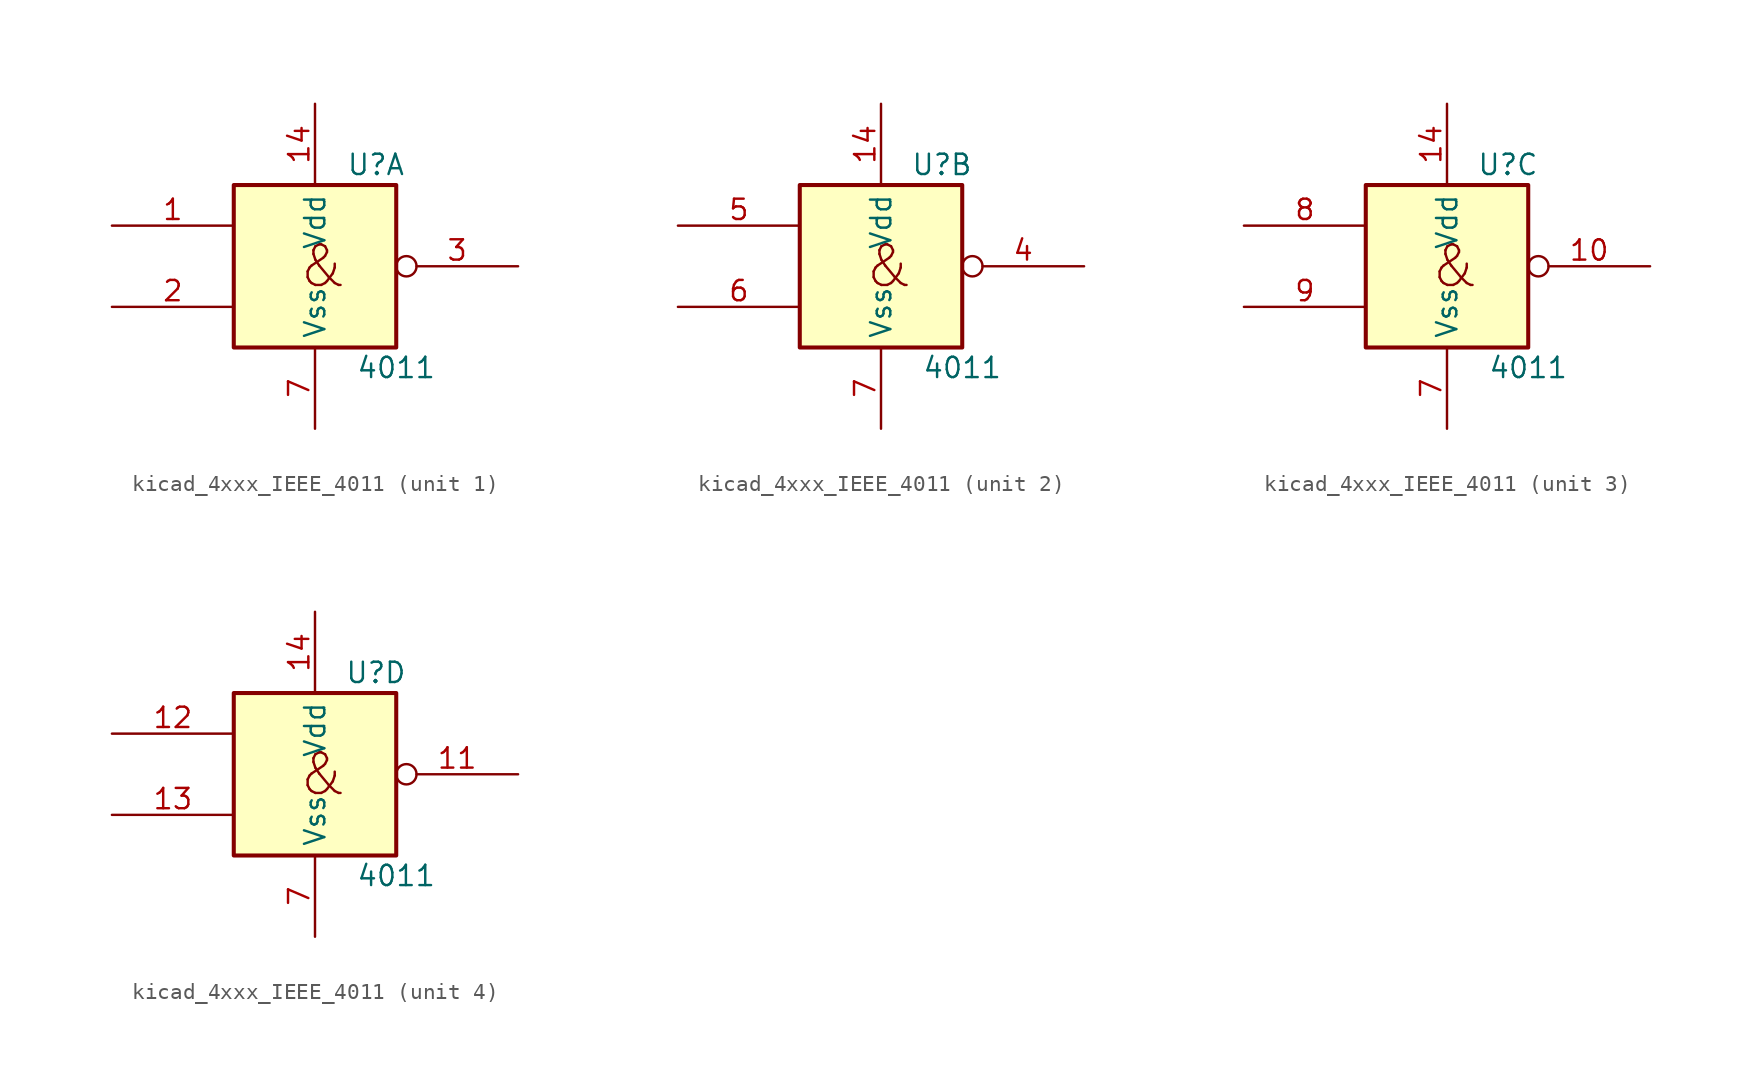
<source format=kicad_sym>
(kicad_symbol_lib
  (version 20220914)
  (generator kicad_symbol_editor)
  (symbol "kicad_4xxx_IEEE_4011"
    (property "Reference" "U"
      (at 3.81 6.35 0)
      (effects (font (size 1.27 1.27))))
    (property "Value" "4011"
      (at 5.08 -6.35 0)
      (effects (font (size 1.27 1.27))))
    (symbol "kicad_4xxx_IEEE_4011_0_0"
      (rectangle (start -5.08 5.08) (end 5.08 -5.08) (stroke (width 0.254) (type default)) (fill (type background)))
      (text "&" (at 0.508 0 0) (effects (font (size 2.54 2.54)))))
    (symbol "kicad_4xxx_IEEE_4011_0_1"
      (pin power_in line (at 0 10.16 270) (length 5.08) (name "Vdd" (effects (font (size 1.27 1.27)))) (number "14" (effects (font (size 1.27 1.27)))))
      (pin power_in line (at 0 -10.16 90) (length 5.08) (name "Vss" (effects (font (size 1.27 1.27)))) (number "7" (effects (font (size 1.27 1.27))))))
    (symbol "kicad_4xxx_IEEE_4011_1_1"
      (pin input line (at -12.7 2.54 0) (length 7.62) (name "~" (effects (font (size 1.27 1.27)))) (number "1" (effects (font (size 1.27 1.27)))))
      (pin input line (at -12.7 -2.54 0) (length 7.62) (name "~" (effects (font (size 1.27 1.27)))) (number "2" (effects (font (size 1.27 1.27)))))
      (pin output inverted (at 12.7 0 180) (length 7.62) (name "~" (effects (font (size 1.27 1.27)))) (number "3" (effects (font (size 1.27 1.27))))))
    (symbol "kicad_4xxx_IEEE_4011_2_1"
      (pin output inverted (at 12.7 0 180) (length 7.62) (name "~" (effects (font (size 1.27 1.27)))) (number "4" (effects (font (size 1.27 1.27)))))
      (pin input line (at -12.7 2.54 0) (length 7.62) (name "~" (effects (font (size 1.27 1.27)))) (number "5" (effects (font (size 1.27 1.27)))))
      (pin input line (at -12.7 -2.54 0) (length 7.62) (name "~" (effects (font (size 1.27 1.27)))) (number "6" (effects (font (size 1.27 1.27))))))
    (symbol "kicad_4xxx_IEEE_4011_3_1"
      (pin output inverted (at 12.7 0 180) (length 7.62) (name "~" (effects (font (size 1.27 1.27)))) (number "10" (effects (font (size 1.27 1.27)))))
      (pin input line (at -12.7 2.54 0) (length 7.62) (name "~" (effects (font (size 1.27 1.27)))) (number "8" (effects (font (size 1.27 1.27)))))
      (pin input line (at -12.7 -2.54 0) (length 7.62) (name "~" (effects (font (size 1.27 1.27)))) (number "9" (effects (font (size 1.27 1.27))))))
    (symbol "kicad_4xxx_IEEE_4011_4_1"
      (pin output inverted (at 12.7 0 180) (length 7.62) (name "~" (effects (font (size 1.27 1.27)))) (number "11" (effects (font (size 1.27 1.27)))))
      (pin input line (at -12.7 2.54 0) (length 7.62) (name "~" (effects (font (size 1.27 1.27)))) (number "12" (effects (font (size 1.27 1.27)))))
      (pin input line (at -12.7 -2.54 0) (length 7.62) (name "~" (effects (font (size 1.27 1.27)))) (number "13" (effects (font (size 1.27 1.27))))))))
</source>
